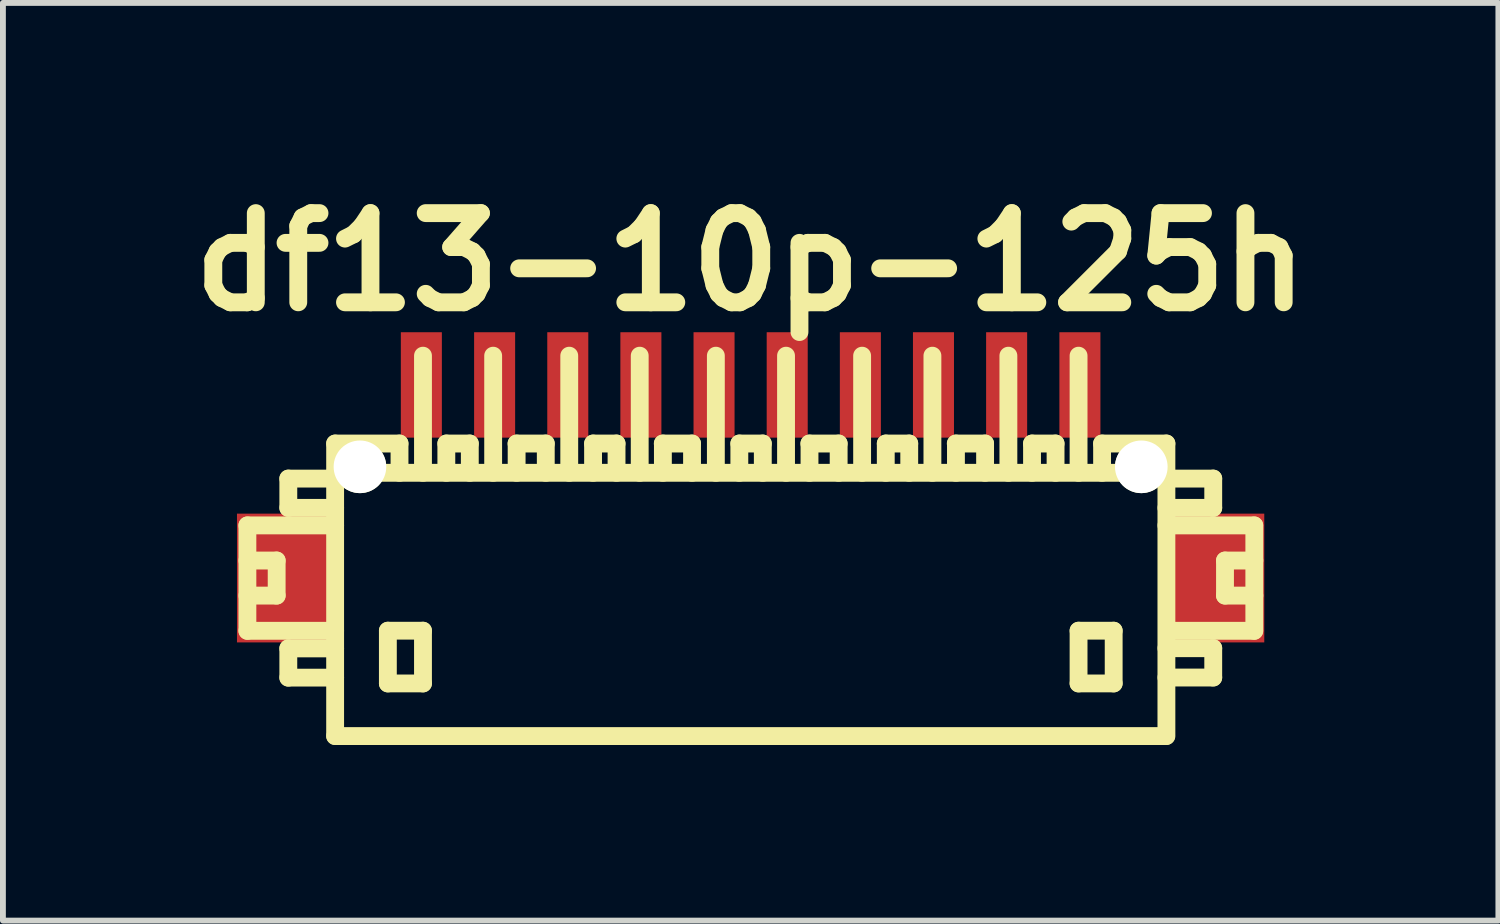
<source format=kicad_pcb>
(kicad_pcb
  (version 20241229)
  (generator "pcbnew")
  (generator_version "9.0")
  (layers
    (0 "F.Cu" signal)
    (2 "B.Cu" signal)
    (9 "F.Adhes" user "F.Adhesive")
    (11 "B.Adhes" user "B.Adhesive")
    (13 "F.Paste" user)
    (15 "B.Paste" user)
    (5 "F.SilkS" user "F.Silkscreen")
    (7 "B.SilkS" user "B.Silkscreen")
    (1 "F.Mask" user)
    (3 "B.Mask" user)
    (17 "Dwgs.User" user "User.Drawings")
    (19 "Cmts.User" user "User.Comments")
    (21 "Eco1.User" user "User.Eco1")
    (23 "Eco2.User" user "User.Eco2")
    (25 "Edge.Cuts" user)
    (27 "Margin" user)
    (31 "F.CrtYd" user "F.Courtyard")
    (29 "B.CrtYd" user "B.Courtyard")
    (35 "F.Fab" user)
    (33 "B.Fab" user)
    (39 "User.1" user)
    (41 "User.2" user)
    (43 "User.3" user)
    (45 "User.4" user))
  (footprint "df13-10p-125h"
    (layer "F.Cu")
    (at 9.775 7.027)
    (property "Reference" "df13-10p-125h" (at 0 -5.601 0) (layer "F.SilkS") (effects (font (size 1.524 1.524) (thickness 0.305))))
    (attr through_hole)
    (fp_line (start -8.598 -1.1) (end -8.598 0.701) (stroke (width 0.305) (type solid)) (layer "F.SilkS"))
    (fp_line (start -8.598 0.701) (end -7.099 0.701) (stroke (width 0.305) (type solid)) (layer "F.SilkS"))
    (fp_line (start -8.098 -0.5) (end -8.598 -0.5) (stroke (width 0.305) (type solid)) (layer "F.SilkS"))
    (fp_line (start -8.098 0.099) (end -8.598 0.099) (stroke (width 0.305) (type solid)) (layer "F.SilkS"))
    (fp_line (start -8.098 0.099) (end -8.098 -0.5) (stroke (width 0.305) (type solid)) (layer "F.SilkS"))
    (fp_line (start -7.899 -1.9) (end -7.899 -1.4) (stroke (width 0.305) (type solid)) (layer "F.SilkS"))
    (fp_line (start -7.899 -1.9) (end -7.099 -1.9) (stroke (width 0.305) (type solid)) (layer "F.SilkS"))
    (fp_line (start -7.899 1.001) (end -7.899 1.501) (stroke (width 0.305) (type solid)) (layer "F.SilkS"))
    (fp_line (start -7.899 1.501) (end -7.099 1.501) (stroke (width 0.305) (type solid)) (layer "F.SilkS"))
    (fp_line (start -7.099 -1.999) (end 7.099 -1.999) (stroke (width 0.305) (type solid)) (layer "F.SilkS"))
    (fp_line (start -7.099 -1.4) (end -7.899 -1.4) (stroke (width 0.305) (type solid)) (layer "F.SilkS"))
    (fp_line (start -7.099 -1.1) (end -8.598 -1.1) (stroke (width 0.305) (type solid)) (layer "F.SilkS"))
    (fp_line (start -7.099 1.001) (end -7.899 1.001) (stroke (width 0.305) (type solid)) (layer "F.SilkS"))
    (fp_line (start -7.099 2.499) (end -7.099 -2.499) (stroke (width 0.305) (type solid)) (layer "F.SilkS"))
    (fp_line (start -7.099 2.499) (end 7.099 2.499) (stroke (width 0.305) (type solid)) (layer "F.SilkS"))
    (fp_line (start -6.198 0.699) (end -6.198 1.6) (stroke (width 0.305) (type solid)) (layer "F.SilkS"))
    (fp_line (start -6.198 1.6) (end -5.598 1.6) (stroke (width 0.305) (type solid)) (layer "F.SilkS"))
    (fp_line (start -5.999 -2.499) (end -7.099 -2.499) (stroke (width 0.305) (type solid)) (layer "F.SilkS"))
    (fp_line (start -5.999 -2.499) (end -5.999 -1.999) (stroke (width 0.305) (type solid)) (layer "F.SilkS"))
    (fp_line (start -5.598 -4) (end -5.598 -1.999) (stroke (width 0.305) (type solid)) (layer "F.SilkS"))
    (fp_line (start -5.598 0.699) (end -6.198 0.699) (stroke (width 0.305) (type solid)) (layer "F.SilkS"))
    (fp_line (start -5.598 1.6) (end -5.598 0.699) (stroke (width 0.305) (type solid)) (layer "F.SilkS"))
    (fp_line (start -5.199 -2.499) (end -5.199 -1.999) (stroke (width 0.305) (type solid)) (layer "F.SilkS"))
    (fp_line (start -4.798 -2.499) (end -5.199 -2.499) (stroke (width 0.305) (type solid)) (layer "F.SilkS"))
    (fp_line (start -4.798 -2.499) (end -4.798 -1.999) (stroke (width 0.305) (type solid)) (layer "F.SilkS"))
    (fp_line (start -4.399 -1.999) (end -4.399 -4) (stroke (width 0.305) (type solid)) (layer "F.SilkS"))
    (fp_line (start -4 -2.499) (end -3.5 -2.499) (stroke (width 0.305) (type solid)) (layer "F.SilkS"))
    (fp_line (start -3.998 -1.999) (end -3.998 -2.499) (stroke (width 0.305) (type solid)) (layer "F.SilkS"))
    (fp_line (start -3.5 -2.499) (end -3.5 -1.999) (stroke (width 0.305) (type solid)) (layer "F.SilkS"))
    (fp_line (start -3.099 -1.999) (end -3.099 -4) (stroke (width 0.305) (type solid)) (layer "F.SilkS"))
    (fp_line (start -2.692 -2.499) (end -2.692 -1.999) (stroke (width 0.305) (type solid)) (layer "F.SilkS"))
    (fp_line (start -2.291 -2.499) (end -2.692 -2.499) (stroke (width 0.305) (type solid)) (layer "F.SilkS"))
    (fp_line (start -2.291 -2.499) (end -2.291 -1.999) (stroke (width 0.305) (type solid)) (layer "F.SilkS"))
    (fp_line (start -1.895 -1.999) (end -1.895 -4) (stroke (width 0.305) (type solid)) (layer "F.SilkS"))
    (fp_line (start -1.501 -2.499) (end -1.001 -2.499) (stroke (width 0.305) (type solid)) (layer "F.SilkS"))
    (fp_line (start -1.499 -1.999) (end -1.499 -2.499) (stroke (width 0.305) (type solid)) (layer "F.SilkS"))
    (fp_line (start -1.001 -2.499) (end -1.001 -1.999) (stroke (width 0.305) (type solid)) (layer "F.SilkS"))
    (fp_line (start -0.594 -1.999) (end -0.594 -4) (stroke (width 0.305) (type solid)) (layer "F.SilkS"))
    (fp_line (start -0.193 -2.499) (end -0.193 -1.999) (stroke (width 0.305) (type solid)) (layer "F.SilkS"))
    (fp_line (start 0.208 -2.499) (end -0.193 -2.499) (stroke (width 0.305) (type solid)) (layer "F.SilkS"))
    (fp_line (start 0.208 -2.499) (end 0.208 -1.999) (stroke (width 0.305) (type solid)) (layer "F.SilkS"))
    (fp_line (start 0.605 -1.999) (end 0.605 -4) (stroke (width 0.305) (type solid)) (layer "F.SilkS"))
    (fp_line (start 1.003 -2.499) (end 1.504 -2.499) (stroke (width 0.305) (type solid)) (layer "F.SilkS"))
    (fp_line (start 1.006 -1.999) (end 1.006 -2.499) (stroke (width 0.305) (type solid)) (layer "F.SilkS"))
    (fp_line (start 1.504 -2.499) (end 1.504 -1.999) (stroke (width 0.305) (type solid)) (layer "F.SilkS"))
    (fp_line (start 1.905 -1.999) (end 1.905 -4) (stroke (width 0.305) (type solid)) (layer "F.SilkS"))
    (fp_line (start 2.309 -2.499) (end 2.309 -1.999) (stroke (width 0.305) (type solid)) (layer "F.SilkS"))
    (fp_line (start 2.71 -2.499) (end 2.309 -2.499) (stroke (width 0.305) (type solid)) (layer "F.SilkS"))
    (fp_line (start 2.71 -2.499) (end 2.71 -1.999) (stroke (width 0.305) (type solid)) (layer "F.SilkS"))
    (fp_line (start 3.106 -1.999) (end 3.106 -4) (stroke (width 0.305) (type solid)) (layer "F.SilkS"))
    (fp_line (start 3.505 -2.499) (end 4.006 -2.499) (stroke (width 0.305) (type solid)) (layer "F.SilkS"))
    (fp_line (start 3.508 -1.999) (end 3.508 -2.499) (stroke (width 0.305) (type solid)) (layer "F.SilkS"))
    (fp_line (start 4.006 -2.499) (end 4.006 -1.999) (stroke (width 0.305) (type solid)) (layer "F.SilkS"))
    (fp_line (start 4.404 -1.999) (end 4.404 -4) (stroke (width 0.305) (type solid)) (layer "F.SilkS"))
    (fp_line (start 4.808 -2.499) (end 4.808 -1.999) (stroke (width 0.305) (type solid)) (layer "F.SilkS"))
    (fp_line (start 5.21 -2.499) (end 4.808 -2.499) (stroke (width 0.305) (type solid)) (layer "F.SilkS"))
    (fp_line (start 5.21 -2.499) (end 5.21 -1.999) (stroke (width 0.305) (type solid)) (layer "F.SilkS"))
    (fp_line (start 5.603 -1.999) (end 5.603 -4) (stroke (width 0.305) (type solid)) (layer "F.SilkS"))
    (fp_line (start 5.603 0.699) (end 6.203 0.699) (stroke (width 0.305) (type solid)) (layer "F.SilkS"))
    (fp_line (start 5.603 1.6) (end 5.603 0.699) (stroke (width 0.305) (type solid)) (layer "F.SilkS"))
    (fp_line (start 6.005 -2.499) (end 6.005 -1.999) (stroke (width 0.305) (type solid)) (layer "F.SilkS"))
    (fp_line (start 6.203 0.699) (end 6.203 1.6) (stroke (width 0.305) (type solid)) (layer "F.SilkS"))
    (fp_line (start 6.203 1.6) (end 5.603 1.6) (stroke (width 0.305) (type solid)) (layer "F.SilkS"))
    (fp_line (start 7.104 -2.499) (end 6.005 -2.499) (stroke (width 0.305) (type solid)) (layer "F.SilkS"))
    (fp_line (start 7.104 -2.499) (end 7.104 2.499) (stroke (width 0.305) (type solid)) (layer "F.SilkS"))
    (fp_line (start 7.104 -1.9) (end 7.904 -1.9) (stroke (width 0.305) (type solid)) (layer "F.SilkS"))
    (fp_line (start 7.104 0.998) (end 7.904 0.998) (stroke (width 0.305) (type solid)) (layer "F.SilkS"))
    (fp_line (start 7.904 -1.9) (end 7.904 -1.4) (stroke (width 0.305) (type solid)) (layer "F.SilkS"))
    (fp_line (start 7.904 -1.4) (end 7.104 -1.4) (stroke (width 0.305) (type solid)) (layer "F.SilkS"))
    (fp_line (start 7.904 0.998) (end 7.904 1.499) (stroke (width 0.305) (type solid)) (layer "F.SilkS"))
    (fp_line (start 7.904 1.499) (end 7.104 1.499) (stroke (width 0.305) (type solid)) (layer "F.SilkS"))
    (fp_line (start 8.105 0.099) (end 8.105 -0.5) (stroke (width 0.305) (type solid)) (layer "F.SilkS"))
    (fp_line (start 8.603 -1.1) (end 7.104 -1.1) (stroke (width 0.305) (type solid)) (layer "F.SilkS"))
    (fp_line (start 8.603 0.701) (end 7.203 0.701) (stroke (width 0.305) (type solid)) (layer "F.SilkS"))
    (fp_line (start 8.606 -1.1) (end 8.606 0.701) (stroke (width 0.305) (type solid)) (layer "F.SilkS"))
    (fp_line (start 8.606 -0.5) (end 8.105 -0.5) (stroke (width 0.305) (type solid)) (layer "F.SilkS"))
    (fp_line (start 8.606 0.099) (end 8.105 0.099) (stroke (width 0.305) (type solid)) (layer "F.SilkS"))
    (pad "" smd rect (at -7.976 -0.201) (size 1.6 2.2) (layers "F.Cu" "F.Mask" "F.Paste"))
    (pad "" np_thru_hole circle (at -6.675 -2.101) (size 0.899 0.899) (drill 0.899) (layers "*.Cu" "*.Mask" "F.SilkS"))
    (pad "" np_thru_hole circle (at 6.675 -2.101) (size 0.899 0.899) (drill 0.899) (layers "*.Cu" "*.Mask" "F.SilkS"))
    (pad "" smd rect (at 7.976 -0.201) (size 1.6 2.2) (layers "F.Cu" "F.Mask" "F.Paste"))
    (pad "1" smd rect (at 5.626 -3.5) (size 0.701 1.801) (layers "F.Cu" "F.Mask" "F.Paste"))
    (pad "2" smd rect (at 4.374 -3.5) (size 0.701 1.801) (layers "F.Cu" "F.Mask" "F.Paste"))
    (pad "3" smd rect (at 3.124 -3.5) (size 0.701 1.801) (layers "F.Cu" "F.Mask" "F.Paste"))
    (pad "4" smd rect (at 1.875 -3.5) (size 0.701 1.801) (layers "F.Cu" "F.Mask" "F.Paste"))
    (pad "5" smd rect (at 0.625 -3.5) (size 0.701 1.801) (layers "F.Cu" "F.Mask" "F.Paste"))
    (pad "6" smd rect (at -0.625 -3.5) (size 0.701 1.801) (layers "F.Cu" "F.Mask" "F.Paste"))
    (pad "7" smd rect (at -1.875 -3.5) (size 0.701 1.801) (layers "F.Cu" "F.Mask" "F.Paste"))
    (pad "8" smd rect (at -3.124 -3.5) (size 0.701 1.801) (layers "F.Cu" "F.Mask" "F.Paste"))
    (pad "9" smd rect (at -4.374 -3.5) (size 0.701 1.801) (layers "F.Cu" "F.Mask" "F.Paste"))
    (pad "10" smd rect (at -5.626 -3.5) (size 0.701 1.801) (layers "F.Cu" "F.Mask" "F.Paste")))
  (gr_rect
    (start -3 -3)
    (end 22.551 12.679)
    (stroke (width 0.1) (type default))
    (fill no)
    (layer "Edge.Cuts")))
</source>
